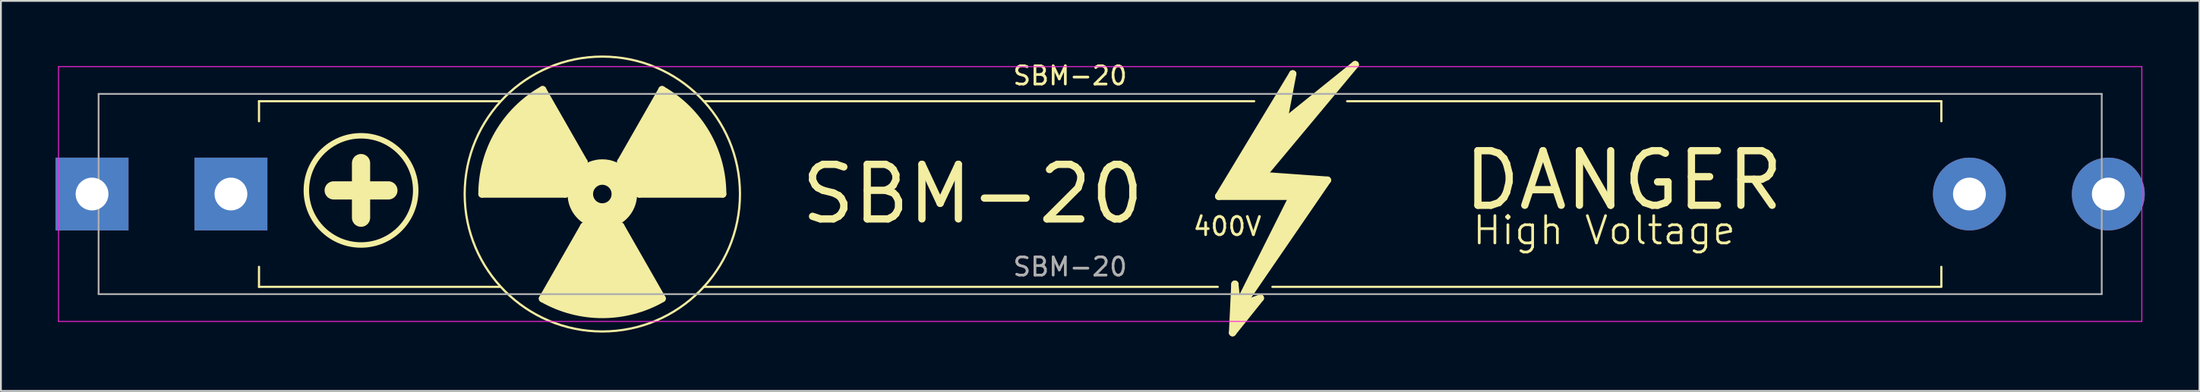
<source format=kicad_pcb>
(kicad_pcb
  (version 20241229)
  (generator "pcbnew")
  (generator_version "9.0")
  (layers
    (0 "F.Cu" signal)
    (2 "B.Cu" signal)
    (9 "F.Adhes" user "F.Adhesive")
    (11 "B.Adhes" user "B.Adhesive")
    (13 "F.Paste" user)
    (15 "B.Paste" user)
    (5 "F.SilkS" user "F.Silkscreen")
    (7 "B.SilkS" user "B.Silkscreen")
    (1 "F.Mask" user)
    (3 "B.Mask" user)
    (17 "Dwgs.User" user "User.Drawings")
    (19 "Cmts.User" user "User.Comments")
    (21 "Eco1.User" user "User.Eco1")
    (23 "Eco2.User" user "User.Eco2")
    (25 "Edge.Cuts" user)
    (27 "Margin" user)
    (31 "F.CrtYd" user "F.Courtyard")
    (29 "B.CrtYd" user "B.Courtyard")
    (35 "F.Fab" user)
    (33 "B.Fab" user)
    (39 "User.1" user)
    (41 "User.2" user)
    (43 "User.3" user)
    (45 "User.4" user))
  (footprint "SBM-20"
    (layer "F.Cu")
    (at 2.66 7.612)
    (property "Reference" "SBM-20" (at 53 -6.5 0) (layer "F.SilkS") (effects (font (size 1 1) (thickness 0.15))))
    (attr through_hole)
    (fp_line (start 8.5 -5.1) (end 21.7 -5.1) (stroke (width 0.12) (type solid)) (layer "F.SilkS"))
    (fp_line (start 8.5 -4) (end 8.5 -5.1) (stroke (width 0.12) (type solid)) (layer "F.SilkS"))
    (fp_line (start 8.5 5.1) (end 8.5 4) (stroke (width 0.12) (type solid)) (layer "F.SilkS"))
    (fp_line (start 12.598 -0.2) (end 15.598 -0.2) (stroke (width 1) (type solid)) (layer "F.SilkS"))
    (fp_line (start 14.098 1.3) (end 14.098 -1.7) (stroke (width 1) (type solid)) (layer "F.SilkS"))
    (fp_line (start 21.7 5.1) (end 8.5 5.1) (stroke (width 0.12) (type solid)) (layer "F.SilkS"))
    (fp_line (start 24.06 -5.734) (end 26.328 -1.764) (stroke (width 0.4) (type solid)) (layer "F.SilkS"))
    (fp_line (start 25.304 0) (end 20.732 0) (stroke (width 0.4) (type solid)) (layer "F.SilkS"))
    (fp_line (start 26.32 1.778) (end 24.052 5.748) (stroke (width 0.4) (type solid)) (layer "F.SilkS"))
    (fp_line (start 28.344 1.764) (end 30.613 5.734) (stroke (width 0.4) (type solid)) (layer "F.SilkS"))
    (fp_line (start 28.352 -1.778) (end 30.612 -5.734) (stroke (width 0.4) (type solid)) (layer "F.SilkS"))
    (fp_line (start 29.368 0) (end 33.94 0) (stroke (width 0.4) (type solid)) (layer "F.SilkS"))
    (fp_line (start 61.1 5.1) (end 32.9 5.1) (stroke (width 0.12) (type solid)) (layer "F.SilkS"))
    (fp_line (start 61.151 0.127) (end 65.215 0.127) (stroke (width 0.4) (type solid)) (layer "F.SilkS"))
    (fp_line (start 61.913 7.62) (end 63.437 5.715) (stroke (width 0.4) (type solid)) (layer "F.SilkS"))
    (fp_line (start 62.04 4.953) (end 61.913 7.62) (stroke (width 0.4) (type solid)) (layer "F.SilkS"))
    (fp_line (start 62.167 6.223) (end 62.04 4.953) (stroke (width 0.4) (type solid)) (layer "F.SilkS"))
    (fp_line (start 62.421 6.096) (end 67.12 -0.762) (stroke (width 0.4) (type solid)) (layer "F.SilkS"))
    (fp_line (start 63.1 -5.1) (end 32.9 -5.1) (stroke (width 0.12) (type solid)) (layer "F.SilkS"))
    (fp_line (start 63.437 5.715) (end 62.421 6.096) (stroke (width 0.4) (type solid)) (layer "F.SilkS"))
    (fp_line (start 63.564 -1.016) (end 68.644 -7.112) (stroke (width 0.4) (type solid)) (layer "F.SilkS"))
    (fp_line (start 64.1 5.1) (end 100.8 5.1) (stroke (width 0.12) (type solid)) (layer "F.SilkS"))
    (fp_line (start 64.707 -3.937) (end 65.215 -6.604) (stroke (width 0.4) (type solid)) (layer "F.SilkS"))
    (fp_line (start 65.215 -6.604) (end 61.151 0.127) (stroke (width 0.4) (type solid)) (layer "F.SilkS"))
    (fp_line (start 65.215 0.127) (end 62.167 6.223) (stroke (width 0.4) (type solid)) (layer "F.SilkS"))
    (fp_line (start 67.12 -0.762) (end 63.564 -1.016) (stroke (width 0.4) (type solid)) (layer "F.SilkS"))
    (fp_line (start 68.2 -5.1) (end 100.8 -5.1) (stroke (width 0.12) (type solid)) (layer "F.SilkS"))
    (fp_line (start 68.644 -7.112) (end 64.707 -3.937) (stroke (width 0.4) (type solid)) (layer "F.SilkS"))
    (fp_line (start 100.8 -5.1) (end 100.8 -4) (stroke (width 0.12) (type solid)) (layer "F.SilkS"))
    (fp_line (start 100.8 4) (end 100.8 5.07) (stroke (width 0.12) (type solid)) (layer "F.SilkS"))
    (fp_arc (start 20.732 0) (mid 21.625433 -3.316962) (end 24.063991 -5.736443) (stroke (width 0.4) (type solid)) (layer "F.SilkS"))
    (fp_arc (start 25.304 0) (mid 25.578902 -1.020604) (end 26.329228 -1.765059) (stroke (width 0.4) (type solid)) (layer "F.SilkS"))
    (fp_arc (start 28.342772 -1.765059) (mid 29.093098 -1.020603) (end 29.368 0) (stroke (width 0.4) (type solid)) (layer "F.SilkS"))
    (fp_arc (start 28.34447 1.76409) (mid 27.336182 2.032) (end 26.327846 1.76427) (stroke (width 0.4) (type solid)) (layer "F.SilkS"))
    (fp_arc (start 30.608009 -5.736443) (mid 33.046568 -3.316962) (end 33.94 0) (stroke (width 0.4) (type solid)) (layer "F.SilkS"))
    (fp_arc (start 30.621369 5.747023) (mid 27.336586 6.619813) (end 24.051648 5.747605) (stroke (width 0.4) (type solid)) (layer "F.SilkS"))
    (fp_circle (center 14.098 -0.2) (end 17.098 -0.2) (stroke (width 0.3) (type solid)) (fill no) (layer "F.SilkS"))
    (fp_circle (center 27.336 0) (end 27.844 0) (stroke (width 1.4) (type solid)) (fill no) (layer "F.SilkS"))
    (fp_circle (center 27.336 0) (end 34.888 0) (stroke (width 0.12) (type solid)) (fill no) (layer "F.SilkS"))
    (fp_poly (pts (xy 26.32 1.778) (xy 27.082 2.032) (xy 27.59 2.032) (xy 28.352 1.778) (xy 30.613 5.734) (xy 28.352 6.604) (xy 26.32 6.604) (xy 24.052 5.748)) (stroke (width 0.1) (type solid)) (fill yes) (layer "F.SilkS"))
    (fp_poly (pts (xy 26.328 -1.764) (xy 24.042 -5.828) (xy 22.772 -4.812) (xy 22.01 -3.796) (xy 21.248 -2.526) (xy 20.74 -1.002) (xy 20.74 0.014) (xy 25.312 0.014) (xy 25.312 -0.494) (xy 25.82 -1.51)) (stroke (width 0.1) (type solid)) (fill yes) (layer "F.SilkS"))
    (fp_poly (pts (xy 28.352 -1.778) (xy 30.608 -5.736) (xy 31.908 -4.826) (xy 32.67 -3.81) (xy 33.432 -2.54) (xy 33.94 -1.016) (xy 33.94 0) (xy 29.368 0) (xy 29.368 -0.508) (xy 28.86 -1.524)) (stroke (width 0.1) (type solid)) (fill yes) (layer "F.SilkS"))
    (fp_poly (pts (xy 61.151 0.127) (xy 65.215 0.127) (xy 62.167 6.223) (xy 62.04 4.953) (xy 61.913 7.62) (xy 63.437 5.715) (xy 62.421 6.096) (xy 67.12 -0.762) (xy 63.564 -1.016) (xy 68.644 -7.112) (xy 64.707 -3.937) (xy 65.215 -6.604)) (stroke (width 0.1) (type solid)) (fill yes) (layer "F.SilkS"))
    (fp_line (start -2.5 -7) (end -2.5 7) (stroke (width 0.05) (type solid)) (layer "F.CrtYd"))
    (fp_line (start -2.5 7) (end 111.8 7) (stroke (width 0.05) (type solid)) (layer "F.CrtYd"))
    (fp_line (start 111.8 -7) (end -2.5 -7) (stroke (width 0.05) (type solid)) (layer "F.CrtYd"))
    (fp_line (start 111.8 7) (end 111.8 -7) (stroke (width 0.05) (type solid)) (layer "F.CrtYd"))
    (fp_line (start -0.3 -5.5) (end -0.3 5.5) (stroke (width 0.1) (type solid)) (layer "F.Fab"))
    (fp_line (start -0.3 -5.5) (end 109.6 -5.5) (stroke (width 0.1) (type solid)) (layer "F.Fab"))
    (fp_line (start -0.3 5.5) (end 109.6 5.5) (stroke (width 0.1) (type solid)) (layer "F.Fab"))
    (fp_line (start 109.6 5.5) (end 109.6 -5.5) (stroke (width 0.1) (type solid)) (layer "F.Fab"))
    (fp_text user "400V" (at 61.626 1.778 0) (layer "F.SilkS") (effects (font (size 1 1) (thickness 0.15))))
    (fp_text user "High Voltage" (at 74.992 2 0) (layer "F.SilkS") (effects (font (size 1.5 1.5) (thickness 0.15)) (justify left)))
    (fp_text user "SBM-20" (at 47.656 0 0) (layer "F.SilkS") (effects (font (size 3 3) (thickness 0.4))))
    (fp_text user "DANGER" (at 83.374 -0.75 0) (layer "F.SilkS") (effects (font (size 3 3) (thickness 0.4))))
    (fp_text user "${REFERENCE}" (at 53 4 0) (layer "F.Fab") (effects (font (size 1 1) (thickness 0.15))))
    (pad "1" thru_hole rect (at -0.66 0) (size 4 4) (drill 1.8) (layers "*.Cu" "*.Mask"))
    (pad "1" thru_hole rect (at 6.96 0) (size 4 4) (drill 1.8) (layers "*.Cu" "*.Mask"))
    (pad "2" thru_hole circle (at 102.34 0) (size 4 4) (drill 1.8) (layers "*.Cu" "*.Mask"))
    (pad "2" thru_hole circle (at 109.96 0) (size 4 4) (drill 1.8) (layers "*.Cu" "*.Mask")))
  (gr_rect
    (start -3 -3)
    (end 117.62 18.432)
    (stroke (width 0.1) (type default))
    (fill no)
    (layer "Edge.Cuts")))
</source>
